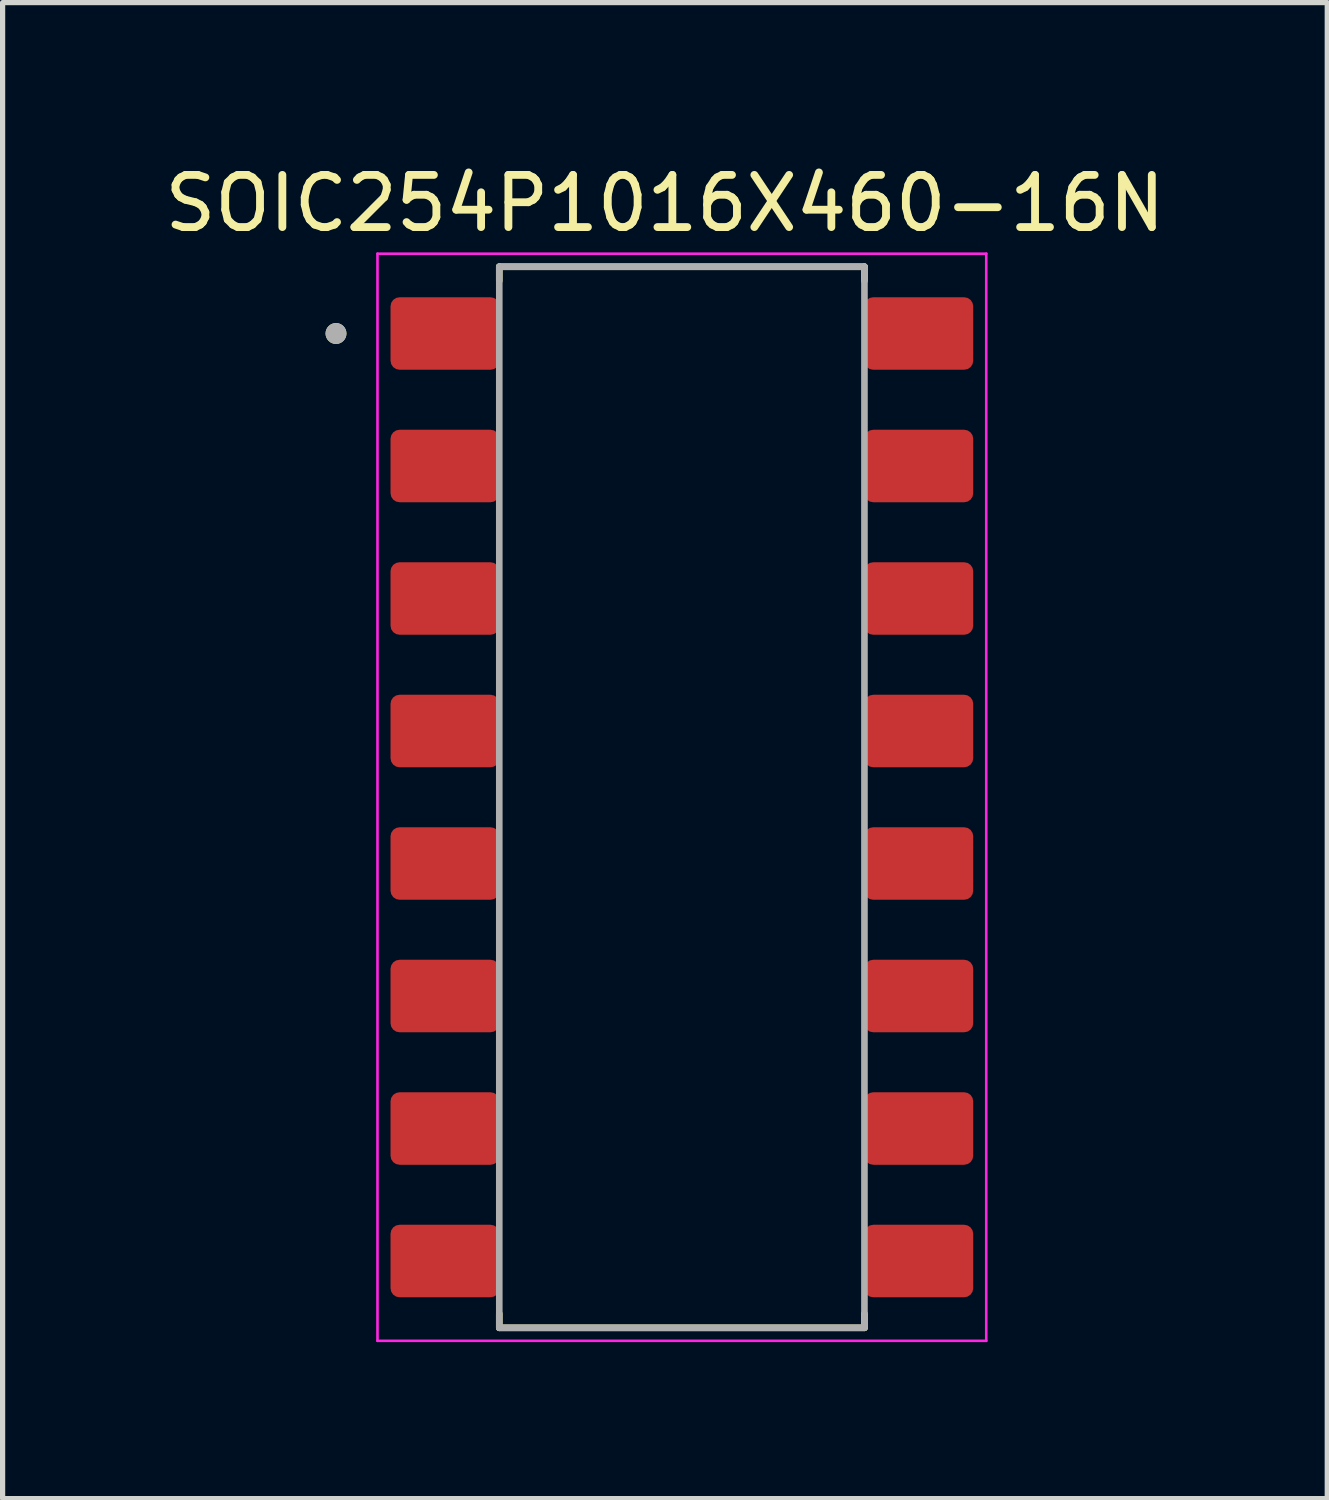
<source format=kicad_pcb>
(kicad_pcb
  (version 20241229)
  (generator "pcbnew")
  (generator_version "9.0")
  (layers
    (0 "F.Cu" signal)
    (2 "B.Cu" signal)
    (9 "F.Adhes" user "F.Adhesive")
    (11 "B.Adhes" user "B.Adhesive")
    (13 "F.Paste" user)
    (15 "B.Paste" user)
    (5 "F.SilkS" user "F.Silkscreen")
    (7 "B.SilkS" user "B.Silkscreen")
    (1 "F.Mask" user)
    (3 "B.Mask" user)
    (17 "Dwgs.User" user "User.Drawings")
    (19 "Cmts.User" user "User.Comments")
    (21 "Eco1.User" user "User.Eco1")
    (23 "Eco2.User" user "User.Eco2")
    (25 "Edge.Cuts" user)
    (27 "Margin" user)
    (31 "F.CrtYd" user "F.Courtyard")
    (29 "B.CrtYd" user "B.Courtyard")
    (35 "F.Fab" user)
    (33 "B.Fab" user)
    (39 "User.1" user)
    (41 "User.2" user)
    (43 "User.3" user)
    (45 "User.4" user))
  (footprint "SOIC254P1016X460-16N"
    (layer "F.Cu")
    (at 10.021 12.233)
    (property "Reference" "SOIC254P1016X460-16N" (at -0.325 -11.385 0) (layer "F.SilkS") (effects (font (size 1 1) (thickness 0.15))))
    (attr smd)
    (fp_line (start -3.5 -10.17) (end -3.5 -9.9) (stroke (width 0.127) (type solid)) (layer "F.SilkS"))
    (fp_line (start -3.5 -10.17) (end 3.5 -10.17) (stroke (width 0.127) (type solid)) (layer "F.SilkS"))
    (fp_line (start -3.5 10.17) (end -3.5 9.9) (stroke (width 0.127) (type solid)) (layer "F.SilkS"))
    (fp_line (start -3.5 10.17) (end 3.5 10.17) (stroke (width 0.127) (type solid)) (layer "F.SilkS"))
    (fp_line (start 3.5 -10.17) (end 3.5 -9.9) (stroke (width 0.127) (type solid)) (layer "F.SilkS"))
    (fp_line (start 3.5 10.17) (end 3.5 9.9) (stroke (width 0.127) (type solid)) (layer "F.SilkS"))
    (fp_circle (center -6.63 -8.89) (end -6.53 -8.89) (stroke (width 0.2) (type solid)) (fill no) (layer "F.SilkS"))
    (fp_line (start -5.835 -10.42) (end -5.835 10.42) (stroke (width 0.05) (type solid)) (layer "F.CrtYd"))
    (fp_line (start -5.835 -10.42) (end 5.835 -10.42) (stroke (width 0.05) (type solid)) (layer "F.CrtYd"))
    (fp_line (start -5.835 10.42) (end 5.835 10.42) (stroke (width 0.05) (type solid)) (layer "F.CrtYd"))
    (fp_line (start 5.835 -10.42) (end 5.835 10.42) (stroke (width 0.05) (type solid)) (layer "F.CrtYd"))
    (fp_line (start -3.5 -10.17) (end -3.5 10.17) (stroke (width 0.127) (type solid)) (layer "F.Fab"))
    (fp_line (start -3.5 -10.17) (end 3.5 -10.17) (stroke (width 0.127) (type solid)) (layer "F.Fab"))
    (fp_line (start -3.5 10.17) (end 3.5 10.17) (stroke (width 0.127) (type solid)) (layer "F.Fab"))
    (fp_line (start 3.5 -10.17) (end 3.5 10.17) (stroke (width 0.127) (type solid)) (layer "F.Fab"))
    (fp_circle (center -6.63 -8.89) (end -6.53 -8.89) (stroke (width 0.2) (type solid)) (fill no) (layer "F.Fab"))
    (pad "1" smd roundrect (at -4.54 -8.89) (size 2.09 1.39) (layers "F.Cu" "F.Mask" "F.Paste") (roundrect_rratio 0.125))
    (pad "2" smd roundrect (at -4.54 -6.35) (size 2.09 1.39) (layers "F.Cu" "F.Mask" "F.Paste") (roundrect_rratio 0.125))
    (pad "3" smd roundrect (at -4.54 -3.81) (size 2.09 1.39) (layers "F.Cu" "F.Mask" "F.Paste") (roundrect_rratio 0.125))
    (pad "4" smd roundrect (at -4.54 -1.27) (size 2.09 1.39) (layers "F.Cu" "F.Mask" "F.Paste") (roundrect_rratio 0.125))
    (pad "5" smd roundrect (at -4.54 1.27) (size 2.09 1.39) (layers "F.Cu" "F.Mask" "F.Paste") (roundrect_rratio 0.125))
    (pad "6" smd roundrect (at -4.54 3.81) (size 2.09 1.39) (layers "F.Cu" "F.Mask" "F.Paste") (roundrect_rratio 0.125))
    (pad "7" smd roundrect (at -4.54 6.35) (size 2.09 1.39) (layers "F.Cu" "F.Mask" "F.Paste") (roundrect_rratio 0.125))
    (pad "8" smd roundrect (at -4.54 8.89) (size 2.09 1.39) (layers "F.Cu" "F.Mask" "F.Paste") (roundrect_rratio 0.125))
    (pad "9" smd roundrect (at 4.54 8.89) (size 2.09 1.39) (layers "F.Cu" "F.Mask" "F.Paste") (roundrect_rratio 0.125))
    (pad "10" smd roundrect (at 4.54 6.35) (size 2.09 1.39) (layers "F.Cu" "F.Mask" "F.Paste") (roundrect_rratio 0.125))
    (pad "11" smd roundrect (at 4.54 3.81) (size 2.09 1.39) (layers "F.Cu" "F.Mask" "F.Paste") (roundrect_rratio 0.125))
    (pad "12" smd roundrect (at 4.54 1.27) (size 2.09 1.39) (layers "F.Cu" "F.Mask" "F.Paste") (roundrect_rratio 0.125))
    (pad "13" smd roundrect (at 4.54 -1.27) (size 2.09 1.39) (layers "F.Cu" "F.Mask" "F.Paste") (roundrect_rratio 0.125))
    (pad "14" smd roundrect (at 4.54 -3.81) (size 2.09 1.39) (layers "F.Cu" "F.Mask" "F.Paste") (roundrect_rratio 0.125))
    (pad "15" smd roundrect (at 4.54 -6.35) (size 2.09 1.39) (layers "F.Cu" "F.Mask" "F.Paste") (roundrect_rratio 0.125))
    (pad "16" smd roundrect (at 4.54 -8.89) (size 2.09 1.39) (layers "F.Cu" "F.Mask" "F.Paste") (roundrect_rratio 0.125)))
  (gr_rect
    (start -3 -3)
    (end 22.393 25.678)
    (stroke (width 0.1) (type default))
    (fill no)
    (layer "Edge.Cuts")))
</source>
